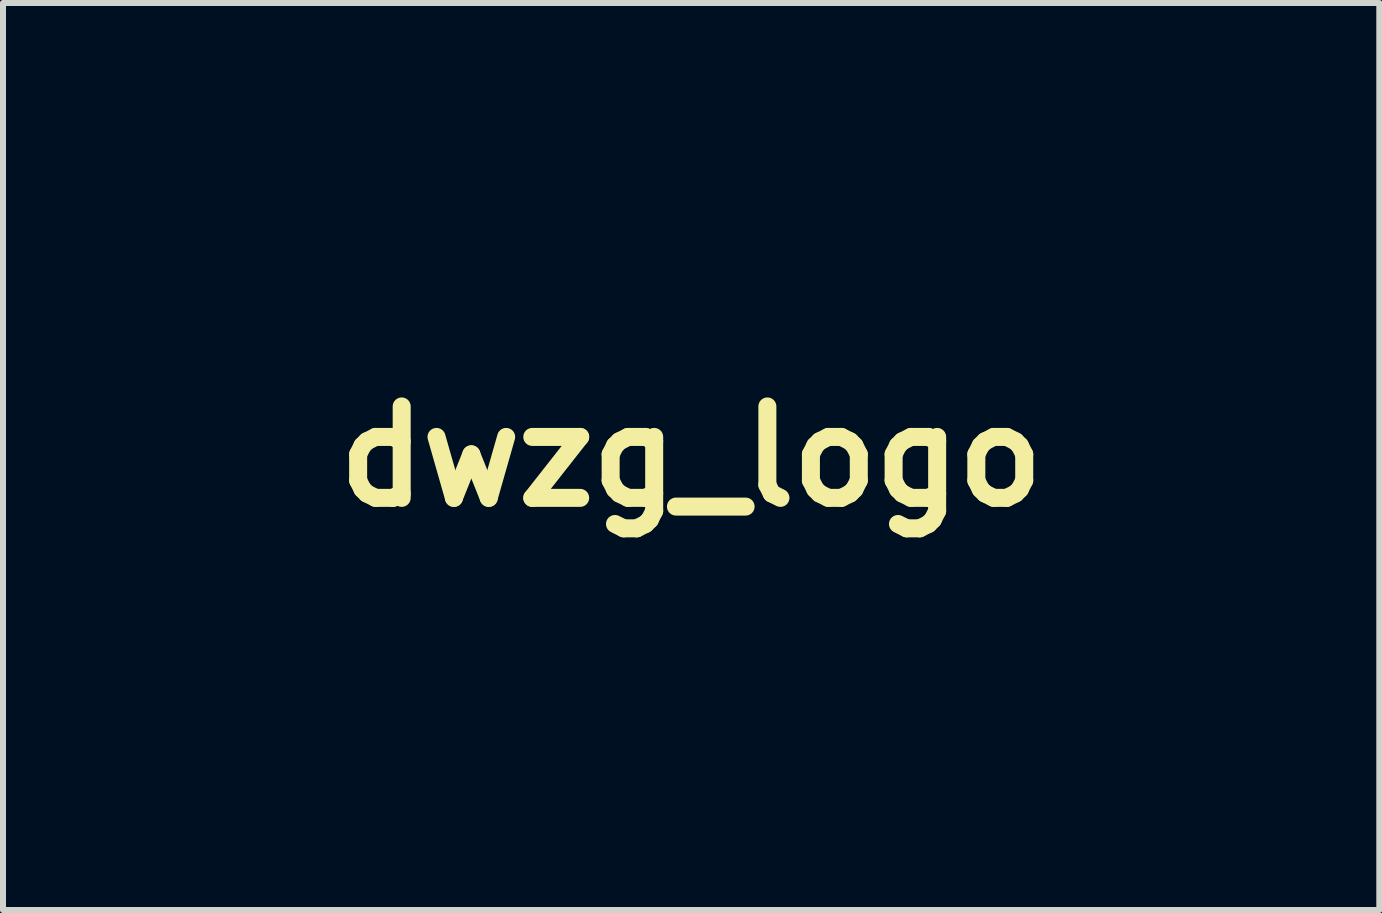
<source format=kicad_pcb>
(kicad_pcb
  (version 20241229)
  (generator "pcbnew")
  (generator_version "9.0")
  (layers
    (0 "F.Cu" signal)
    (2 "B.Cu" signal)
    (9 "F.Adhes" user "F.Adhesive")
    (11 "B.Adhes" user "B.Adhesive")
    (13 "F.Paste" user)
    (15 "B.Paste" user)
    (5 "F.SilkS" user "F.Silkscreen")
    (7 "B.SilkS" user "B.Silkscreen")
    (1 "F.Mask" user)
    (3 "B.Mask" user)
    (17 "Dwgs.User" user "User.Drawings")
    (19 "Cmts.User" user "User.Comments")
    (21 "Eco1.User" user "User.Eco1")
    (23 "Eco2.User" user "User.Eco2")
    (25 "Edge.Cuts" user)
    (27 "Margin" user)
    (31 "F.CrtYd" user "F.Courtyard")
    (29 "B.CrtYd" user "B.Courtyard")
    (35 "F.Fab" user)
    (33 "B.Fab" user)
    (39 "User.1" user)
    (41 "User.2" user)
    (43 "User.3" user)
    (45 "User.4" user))
  (footprint "dwzg_logo"
    (layer "F.Cu")
    (at 8.472 4.56)
    (property "Reference" "dwzg_logo" (at 0 0 0) (layer "F.SilkS") (effects (font (size 1.524 1.524) (thickness 0.3))))
    (attr through_hole)
    (fp_poly (pts (xy -4.555 0.643) (xy -3.251 0.643) (xy -3.251 -1.947) (xy -1.947 -1.947) (xy -1.947 0.643) (xy -0.643 0.643) (xy -0.643 -1.947) (xy 3.251 -1.947) (xy 3.251 0.643) (xy 4.555 0.643) (xy 4.555 -0.643) (xy 5.859 -0.643) (xy 5.859 0.643) (xy 7.163 0.643) (xy 7.163 -0.643) (xy 5.859 -0.643) (xy 4.555 -0.643) (xy 4.555 -1.947) (xy 8.467 -1.947) (xy 8.467 4.555) (xy 4.555 4.555) (xy 4.555 3.251) (xy 7.163 3.251) (xy 7.163 1.947) (xy 1.947 1.947) (xy 1.947 -0.643) (xy 0.66 -0.643) (xy 0.66 1.947) (xy -8.467 1.947) (xy -8.467 -0.643) (xy -7.163 -0.643) (xy -7.163 0.643) (xy -5.859 0.643) (xy -5.859 -0.643) (xy -7.163 -0.643) (xy -8.467 -0.643) (xy -8.467 -1.947) (xy -5.859 -1.947) (xy -5.859 -4.555) (xy -4.555 -4.555) (xy -4.555 0.643)) (stroke (width 0.01) (type solid)) (fill yes) (layer "F.Mask")))
  (gr_rect
    (start -3 -3)
    (end 19.943 12.12)
    (stroke (width 0.1) (type default))
    (fill no)
    (layer "Edge.Cuts")))
</source>
